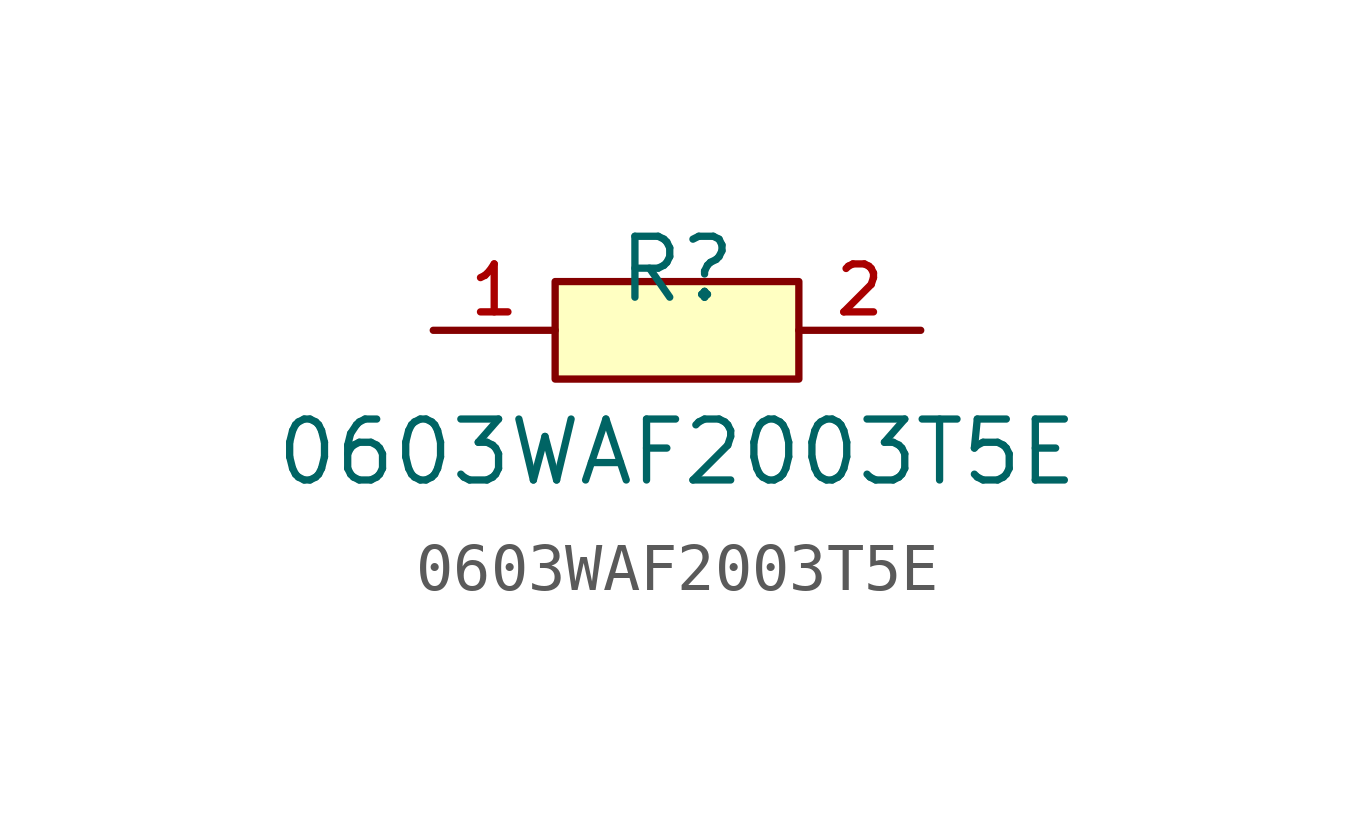
<source format=kicad_sym>
(kicad_symbol_lib
  (version 20210201)
  (generator TousstNicolas/JLC2KiCad_lib)
  (symbol "0603WAF2003T5E"
    (pin_names hide)
    (property "Reference" "R"
      (at 0 1.27 0)
      (effects (font (size 1.27 1.27))))
    (property "Value" "0603WAF2003T5E"
      (at 0 -2.54 0)
      (effects (font (size 1.27 1.27))))
    (symbol "0603WAF2003T5E_0_1"
      (pin input line (at 5.08 -0.0 180) (length 2.54) (name "2" (effects (font (size 1 1)))) (number "2" (effects (font (size 1 1)))))
      (pin input line (at -5.08 -0.0 0) (length 2.54) (name "1" (effects (font (size 1 1)))) (number "1" (effects (font (size 1 1)))))
      (rectangle (start -2.54 1.016) (end 2.54 -1.016) (stroke (width 0) (type default) (color 0 0 0 0)) (fill (type background))))))
</source>
